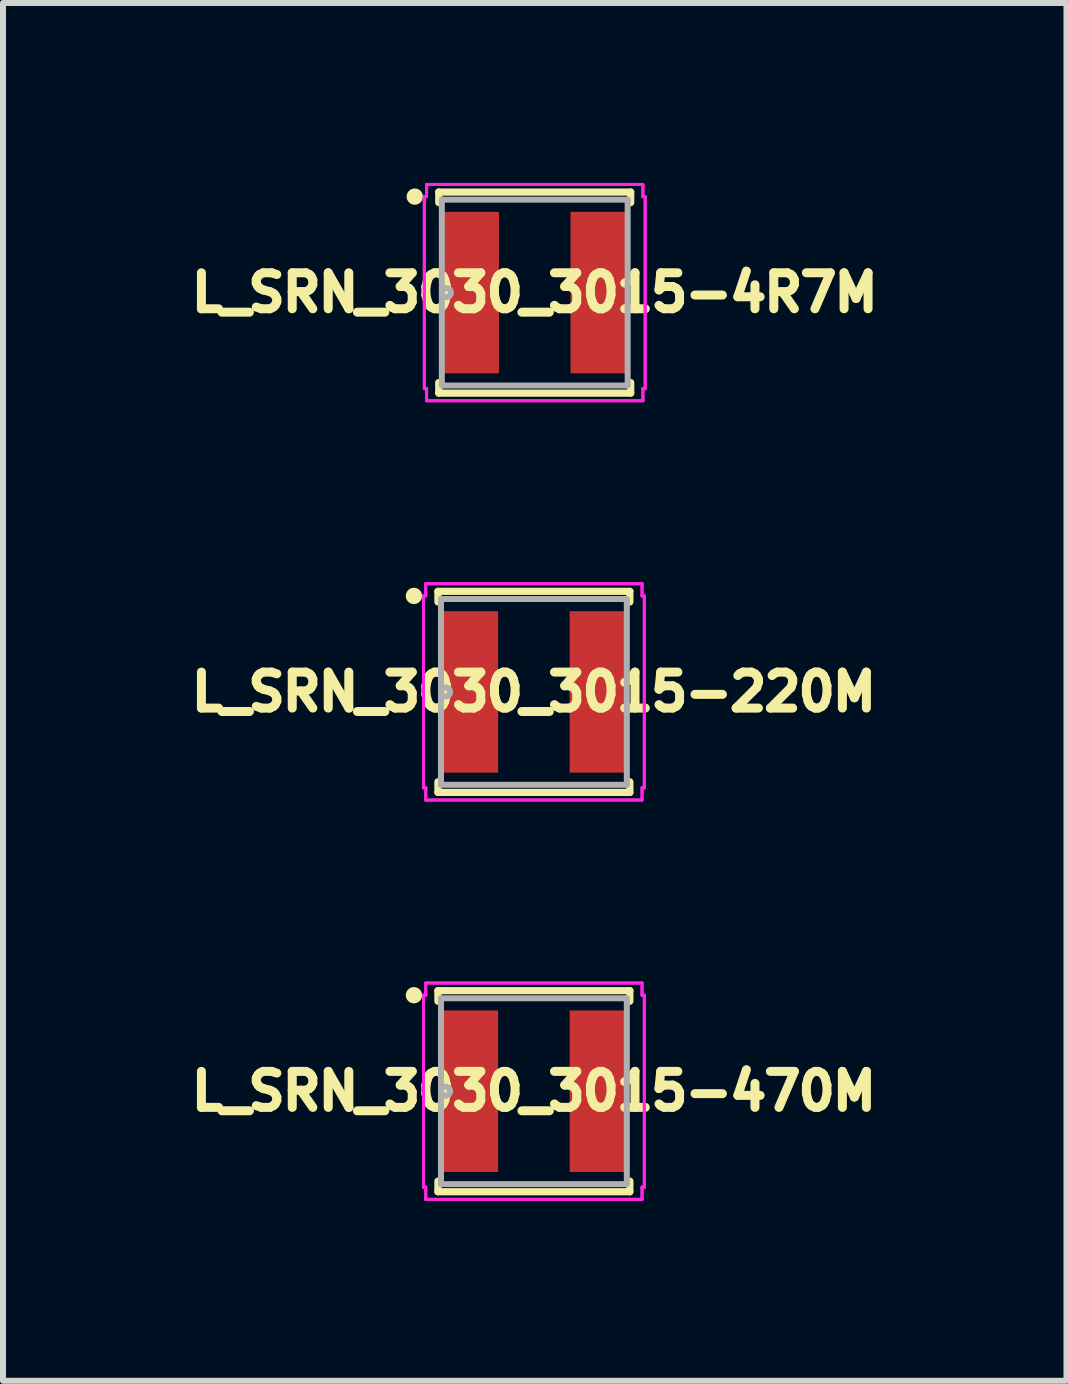
<source format=kicad_pcb>
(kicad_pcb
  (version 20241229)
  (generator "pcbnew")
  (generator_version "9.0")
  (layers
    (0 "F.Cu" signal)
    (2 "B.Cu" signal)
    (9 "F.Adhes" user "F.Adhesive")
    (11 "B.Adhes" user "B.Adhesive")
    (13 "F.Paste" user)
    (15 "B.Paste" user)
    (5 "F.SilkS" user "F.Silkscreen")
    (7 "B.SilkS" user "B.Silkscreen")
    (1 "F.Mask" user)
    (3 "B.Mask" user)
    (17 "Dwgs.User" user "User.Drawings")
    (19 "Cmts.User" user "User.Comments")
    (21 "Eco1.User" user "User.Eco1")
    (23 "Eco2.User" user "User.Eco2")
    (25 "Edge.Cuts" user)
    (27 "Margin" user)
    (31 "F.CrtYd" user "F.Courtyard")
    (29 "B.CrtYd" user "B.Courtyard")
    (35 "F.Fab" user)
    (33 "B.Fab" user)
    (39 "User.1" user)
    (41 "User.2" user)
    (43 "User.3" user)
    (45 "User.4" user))
  (footprint "L_SRN_3030_3015-4R7M"
    (layer "F.Cu")
    (at 5.865 1.828)
    (property "Reference" "L_SRN_3030_3015-4R7M" (at 0 0 0) (layer "F.SilkS") (effects (font (size 0.6 0.6) (thickness 0.15))))
    (attr smd)
    (fp_line (start -1.6 -1.5) (end -1.6 -1.676) (stroke (width 0.12) (type solid)) (layer "F.SilkS"))
    (fp_line (start -1.6 1.5) (end -1.6 1.676) (stroke (width 0.12) (type solid)) (layer "F.SilkS"))
    (fp_line (start -1.6 1.676) (end 1.6 1.676) (stroke (width 0.12) (type solid)) (layer "F.SilkS"))
    (fp_line (start 1.6 -1.676) (end -1.6 -1.676) (stroke (width 0.12) (type solid)) (layer "F.SilkS"))
    (fp_line (start 1.6 -1.5) (end 1.6 -1.676) (stroke (width 0.12) (type solid)) (layer "F.SilkS"))
    (fp_line (start 1.6 1.5) (end 1.6 1.676) (stroke (width 0.12) (type solid)) (layer "F.SilkS"))
    (fp_circle (center -2 -1.6) (end -1.924 -1.6) (stroke (width 0.12) (type solid)) (fill yes) (layer "F.SilkS"))
    (fp_line (start -1.841 -1.6) (end -1.803 -1.6) (stroke (width 0.05) (type solid)) (layer "F.CrtYd"))
    (fp_line (start -1.841 -1.6) (end -1.803 -1.6) (stroke (width 0.05) (type solid)) (layer "F.CrtYd"))
    (fp_line (start -1.841 1.6) (end -1.841 -1.6) (stroke (width 0.05) (type solid)) (layer "F.CrtYd"))
    (fp_line (start -1.841 1.6) (end -1.841 -1.6) (stroke (width 0.05) (type solid)) (layer "F.CrtYd"))
    (fp_line (start -1.803 -1.803) (end 1.803 -1.803) (stroke (width 0.05) (type solid)) (layer "F.CrtYd"))
    (fp_line (start -1.803 -1.803) (end 1.803 -1.803) (stroke (width 0.05) (type solid)) (layer "F.CrtYd"))
    (fp_line (start -1.803 -1.6) (end -1.803 -1.803) (stroke (width 0.05) (type solid)) (layer "F.CrtYd"))
    (fp_line (start -1.803 -1.6) (end -1.803 -1.803) (stroke (width 0.05) (type solid)) (layer "F.CrtYd"))
    (fp_line (start -1.803 1.6) (end -1.841 1.6) (stroke (width 0.05) (type solid)) (layer "F.CrtYd"))
    (fp_line (start -1.803 1.6) (end -1.841 1.6) (stroke (width 0.05) (type solid)) (layer "F.CrtYd"))
    (fp_line (start -1.803 1.803) (end -1.803 1.6) (stroke (width 0.05) (type solid)) (layer "F.CrtYd"))
    (fp_line (start -1.803 1.803) (end -1.803 1.6) (stroke (width 0.05) (type solid)) (layer "F.CrtYd"))
    (fp_line (start 1.803 -1.803) (end 1.803 -1.6) (stroke (width 0.05) (type solid)) (layer "F.CrtYd"))
    (fp_line (start 1.803 -1.803) (end 1.803 -1.6) (stroke (width 0.05) (type solid)) (layer "F.CrtYd"))
    (fp_line (start 1.803 -1.6) (end 1.841 -1.6) (stroke (width 0.05) (type solid)) (layer "F.CrtYd"))
    (fp_line (start 1.803 -1.6) (end 1.841 -1.6) (stroke (width 0.05) (type solid)) (layer "F.CrtYd"))
    (fp_line (start 1.803 1.6) (end 1.803 1.803) (stroke (width 0.05) (type solid)) (layer "F.CrtYd"))
    (fp_line (start 1.803 1.6) (end 1.803 1.803) (stroke (width 0.05) (type solid)) (layer "F.CrtYd"))
    (fp_line (start 1.803 1.803) (end -1.803 1.803) (stroke (width 0.05) (type solid)) (layer "F.CrtYd"))
    (fp_line (start 1.803 1.803) (end -1.803 1.803) (stroke (width 0.05) (type solid)) (layer "F.CrtYd"))
    (fp_line (start 1.841 -1.6) (end 1.841 1.6) (stroke (width 0.05) (type solid)) (layer "F.CrtYd"))
    (fp_line (start 1.841 -1.6) (end 1.841 1.6) (stroke (width 0.05) (type solid)) (layer "F.CrtYd"))
    (fp_line (start 1.841 1.6) (end 1.803 1.6) (stroke (width 0.05) (type solid)) (layer "F.CrtYd"))
    (fp_line (start 1.841 1.6) (end 1.803 1.6) (stroke (width 0.05) (type solid)) (layer "F.CrtYd"))
    (fp_line (start -1.549 -1.549) (end -1.549 1.549) (stroke (width 0.1) (type solid)) (layer "F.Fab"))
    (fp_line (start -1.549 1.549) (end 1.549 1.549) (stroke (width 0.1) (type solid)) (layer "F.Fab"))
    (fp_line (start 1.549 -1.549) (end -1.549 -1.549) (stroke (width 0.1) (type solid)) (layer "F.Fab"))
    (fp_line (start 1.549 1.549) (end 1.549 -1.549) (stroke (width 0.1) (type solid)) (layer "F.Fab"))
    (fp_circle (center -1.473 0) (end -1.397 0) (stroke (width 0.1) (type solid)) (fill no) (layer "F.Fab"))
    (pad "1" smd rect (at -1.092 0) (size 0.991 2.692) (layers "F.Cu" "F.Mask" "F.Paste"))
    (pad "2" smd rect (at 1.092 0) (size 0.991 2.692) (layers "F.Cu" "F.Mask" "F.Paste")))
  (footprint "L_SRN_3030_3015-470M"
    (layer "F.Cu")
    (at 5.851 15.142)
    (property "Reference" "L_SRN_3030_3015-470M" (at 0 0 0) (layer "F.SilkS") (effects (font (size 0.6 0.6) (thickness 0.15))))
    (attr smd)
    (fp_line (start -1.6 -1.5) (end -1.6 -1.676) (stroke (width 0.12) (type solid)) (layer "F.SilkS"))
    (fp_line (start -1.6 1.5) (end -1.6 1.676) (stroke (width 0.12) (type solid)) (layer "F.SilkS"))
    (fp_line (start -1.6 1.676) (end 1.6 1.676) (stroke (width 0.12) (type solid)) (layer "F.SilkS"))
    (fp_line (start 1.6 -1.676) (end -1.6 -1.676) (stroke (width 0.12) (type solid)) (layer "F.SilkS"))
    (fp_line (start 1.6 -1.5) (end 1.6 -1.676) (stroke (width 0.12) (type solid)) (layer "F.SilkS"))
    (fp_line (start 1.6 1.5) (end 1.6 1.676) (stroke (width 0.12) (type solid)) (layer "F.SilkS"))
    (fp_circle (center -2 -1.6) (end -1.924 -1.6) (stroke (width 0.12) (type solid)) (fill yes) (layer "F.SilkS"))
    (fp_line (start -1.841 -1.6) (end -1.803 -1.6) (stroke (width 0.05) (type solid)) (layer "F.CrtYd"))
    (fp_line (start -1.841 -1.6) (end -1.803 -1.6) (stroke (width 0.05) (type solid)) (layer "F.CrtYd"))
    (fp_line (start -1.841 1.6) (end -1.841 -1.6) (stroke (width 0.05) (type solid)) (layer "F.CrtYd"))
    (fp_line (start -1.841 1.6) (end -1.841 -1.6) (stroke (width 0.05) (type solid)) (layer "F.CrtYd"))
    (fp_line (start -1.803 -1.803) (end 1.803 -1.803) (stroke (width 0.05) (type solid)) (layer "F.CrtYd"))
    (fp_line (start -1.803 -1.803) (end 1.803 -1.803) (stroke (width 0.05) (type solid)) (layer "F.CrtYd"))
    (fp_line (start -1.803 -1.6) (end -1.803 -1.803) (stroke (width 0.05) (type solid)) (layer "F.CrtYd"))
    (fp_line (start -1.803 -1.6) (end -1.803 -1.803) (stroke (width 0.05) (type solid)) (layer "F.CrtYd"))
    (fp_line (start -1.803 1.6) (end -1.841 1.6) (stroke (width 0.05) (type solid)) (layer "F.CrtYd"))
    (fp_line (start -1.803 1.6) (end -1.841 1.6) (stroke (width 0.05) (type solid)) (layer "F.CrtYd"))
    (fp_line (start -1.803 1.803) (end -1.803 1.6) (stroke (width 0.05) (type solid)) (layer "F.CrtYd"))
    (fp_line (start -1.803 1.803) (end -1.803 1.6) (stroke (width 0.05) (type solid)) (layer "F.CrtYd"))
    (fp_line (start 1.803 -1.803) (end 1.803 -1.6) (stroke (width 0.05) (type solid)) (layer "F.CrtYd"))
    (fp_line (start 1.803 -1.803) (end 1.803 -1.6) (stroke (width 0.05) (type solid)) (layer "F.CrtYd"))
    (fp_line (start 1.803 -1.6) (end 1.841 -1.6) (stroke (width 0.05) (type solid)) (layer "F.CrtYd"))
    (fp_line (start 1.803 -1.6) (end 1.841 -1.6) (stroke (width 0.05) (type solid)) (layer "F.CrtYd"))
    (fp_line (start 1.803 1.6) (end 1.803 1.803) (stroke (width 0.05) (type solid)) (layer "F.CrtYd"))
    (fp_line (start 1.803 1.6) (end 1.803 1.803) (stroke (width 0.05) (type solid)) (layer "F.CrtYd"))
    (fp_line (start 1.803 1.803) (end -1.803 1.803) (stroke (width 0.05) (type solid)) (layer "F.CrtYd"))
    (fp_line (start 1.803 1.803) (end -1.803 1.803) (stroke (width 0.05) (type solid)) (layer "F.CrtYd"))
    (fp_line (start 1.841 -1.6) (end 1.841 1.6) (stroke (width 0.05) (type solid)) (layer "F.CrtYd"))
    (fp_line (start 1.841 -1.6) (end 1.841 1.6) (stroke (width 0.05) (type solid)) (layer "F.CrtYd"))
    (fp_line (start 1.841 1.6) (end 1.803 1.6) (stroke (width 0.05) (type solid)) (layer "F.CrtYd"))
    (fp_line (start 1.841 1.6) (end 1.803 1.6) (stroke (width 0.05) (type solid)) (layer "F.CrtYd"))
    (fp_line (start -1.549 -1.549) (end -1.549 1.549) (stroke (width 0.1) (type solid)) (layer "F.Fab"))
    (fp_line (start -1.549 1.549) (end 1.549 1.549) (stroke (width 0.1) (type solid)) (layer "F.Fab"))
    (fp_line (start 1.549 -1.549) (end -1.549 -1.549) (stroke (width 0.1) (type solid)) (layer "F.Fab"))
    (fp_line (start 1.549 1.549) (end 1.549 -1.549) (stroke (width 0.1) (type solid)) (layer "F.Fab"))
    (fp_circle (center -1.473 0) (end -1.397 0) (stroke (width 0.1) (type solid)) (fill no) (layer "F.Fab"))
    (pad "1" smd rect (at -1.092 0) (size 0.991 2.692) (layers "F.Cu" "F.Mask" "F.Paste"))
    (pad "2" smd rect (at 1.092 0) (size 0.991 2.692) (layers "F.Cu" "F.Mask" "F.Paste")))
  (footprint "L_SRN_3030_3015-220M"
    (layer "F.Cu")
    (at 5.851 8.485)
    (property "Reference" "L_SRN_3030_3015-220M" (at 0 0 0) (layer "F.SilkS") (effects (font (size 0.6 0.6) (thickness 0.15))))
    (attr smd)
    (fp_line (start -1.6 -1.5) (end -1.6 -1.676) (stroke (width 0.12) (type solid)) (layer "F.SilkS"))
    (fp_line (start -1.6 1.5) (end -1.6 1.676) (stroke (width 0.12) (type solid)) (layer "F.SilkS"))
    (fp_line (start -1.6 1.676) (end 1.6 1.676) (stroke (width 0.12) (type solid)) (layer "F.SilkS"))
    (fp_line (start 1.6 -1.676) (end -1.6 -1.676) (stroke (width 0.12) (type solid)) (layer "F.SilkS"))
    (fp_line (start 1.6 -1.5) (end 1.6 -1.676) (stroke (width 0.12) (type solid)) (layer "F.SilkS"))
    (fp_line (start 1.6 1.5) (end 1.6 1.676) (stroke (width 0.12) (type solid)) (layer "F.SilkS"))
    (fp_circle (center -2 -1.6) (end -1.924 -1.6) (stroke (width 0.12) (type solid)) (fill yes) (layer "F.SilkS"))
    (fp_line (start -1.841 -1.6) (end -1.803 -1.6) (stroke (width 0.05) (type solid)) (layer "F.CrtYd"))
    (fp_line (start -1.841 -1.6) (end -1.803 -1.6) (stroke (width 0.05) (type solid)) (layer "F.CrtYd"))
    (fp_line (start -1.841 1.6) (end -1.841 -1.6) (stroke (width 0.05) (type solid)) (layer "F.CrtYd"))
    (fp_line (start -1.841 1.6) (end -1.841 -1.6) (stroke (width 0.05) (type solid)) (layer "F.CrtYd"))
    (fp_line (start -1.803 -1.803) (end 1.803 -1.803) (stroke (width 0.05) (type solid)) (layer "F.CrtYd"))
    (fp_line (start -1.803 -1.803) (end 1.803 -1.803) (stroke (width 0.05) (type solid)) (layer "F.CrtYd"))
    (fp_line (start -1.803 -1.6) (end -1.803 -1.803) (stroke (width 0.05) (type solid)) (layer "F.CrtYd"))
    (fp_line (start -1.803 -1.6) (end -1.803 -1.803) (stroke (width 0.05) (type solid)) (layer "F.CrtYd"))
    (fp_line (start -1.803 1.6) (end -1.841 1.6) (stroke (width 0.05) (type solid)) (layer "F.CrtYd"))
    (fp_line (start -1.803 1.6) (end -1.841 1.6) (stroke (width 0.05) (type solid)) (layer "F.CrtYd"))
    (fp_line (start -1.803 1.803) (end -1.803 1.6) (stroke (width 0.05) (type solid)) (layer "F.CrtYd"))
    (fp_line (start -1.803 1.803) (end -1.803 1.6) (stroke (width 0.05) (type solid)) (layer "F.CrtYd"))
    (fp_line (start 1.803 -1.803) (end 1.803 -1.6) (stroke (width 0.05) (type solid)) (layer "F.CrtYd"))
    (fp_line (start 1.803 -1.803) (end 1.803 -1.6) (stroke (width 0.05) (type solid)) (layer "F.CrtYd"))
    (fp_line (start 1.803 -1.6) (end 1.841 -1.6) (stroke (width 0.05) (type solid)) (layer "F.CrtYd"))
    (fp_line (start 1.803 -1.6) (end 1.841 -1.6) (stroke (width 0.05) (type solid)) (layer "F.CrtYd"))
    (fp_line (start 1.803 1.6) (end 1.803 1.803) (stroke (width 0.05) (type solid)) (layer "F.CrtYd"))
    (fp_line (start 1.803 1.6) (end 1.803 1.803) (stroke (width 0.05) (type solid)) (layer "F.CrtYd"))
    (fp_line (start 1.803 1.803) (end -1.803 1.803) (stroke (width 0.05) (type solid)) (layer "F.CrtYd"))
    (fp_line (start 1.803 1.803) (end -1.803 1.803) (stroke (width 0.05) (type solid)) (layer "F.CrtYd"))
    (fp_line (start 1.841 -1.6) (end 1.841 1.6) (stroke (width 0.05) (type solid)) (layer "F.CrtYd"))
    (fp_line (start 1.841 -1.6) (end 1.841 1.6) (stroke (width 0.05) (type solid)) (layer "F.CrtYd"))
    (fp_line (start 1.841 1.6) (end 1.803 1.6) (stroke (width 0.05) (type solid)) (layer "F.CrtYd"))
    (fp_line (start 1.841 1.6) (end 1.803 1.6) (stroke (width 0.05) (type solid)) (layer "F.CrtYd"))
    (fp_line (start -1.549 -1.549) (end -1.549 1.549) (stroke (width 0.1) (type solid)) (layer "F.Fab"))
    (fp_line (start -1.549 1.549) (end 1.549 1.549) (stroke (width 0.1) (type solid)) (layer "F.Fab"))
    (fp_line (start 1.549 -1.549) (end -1.549 -1.549) (stroke (width 0.1) (type solid)) (layer "F.Fab"))
    (fp_line (start 1.549 1.549) (end 1.549 -1.549) (stroke (width 0.1) (type solid)) (layer "F.Fab"))
    (fp_circle (center -1.473 0) (end -1.397 0) (stroke (width 0.1) (type solid)) (fill no) (layer "F.Fab"))
    (pad "1" smd rect (at -1.092 0) (size 0.991 2.692) (layers "F.Cu" "F.Mask" "F.Paste"))
    (pad "2" smd rect (at 1.092 0) (size 0.991 2.692) (layers "F.Cu" "F.Mask" "F.Paste")))
  (gr_rect
    (start -3 -3)
    (end 14.73 19.97)
    (stroke (width 0.1) (type default))
    (fill no)
    (layer "Edge.Cuts")))
</source>
